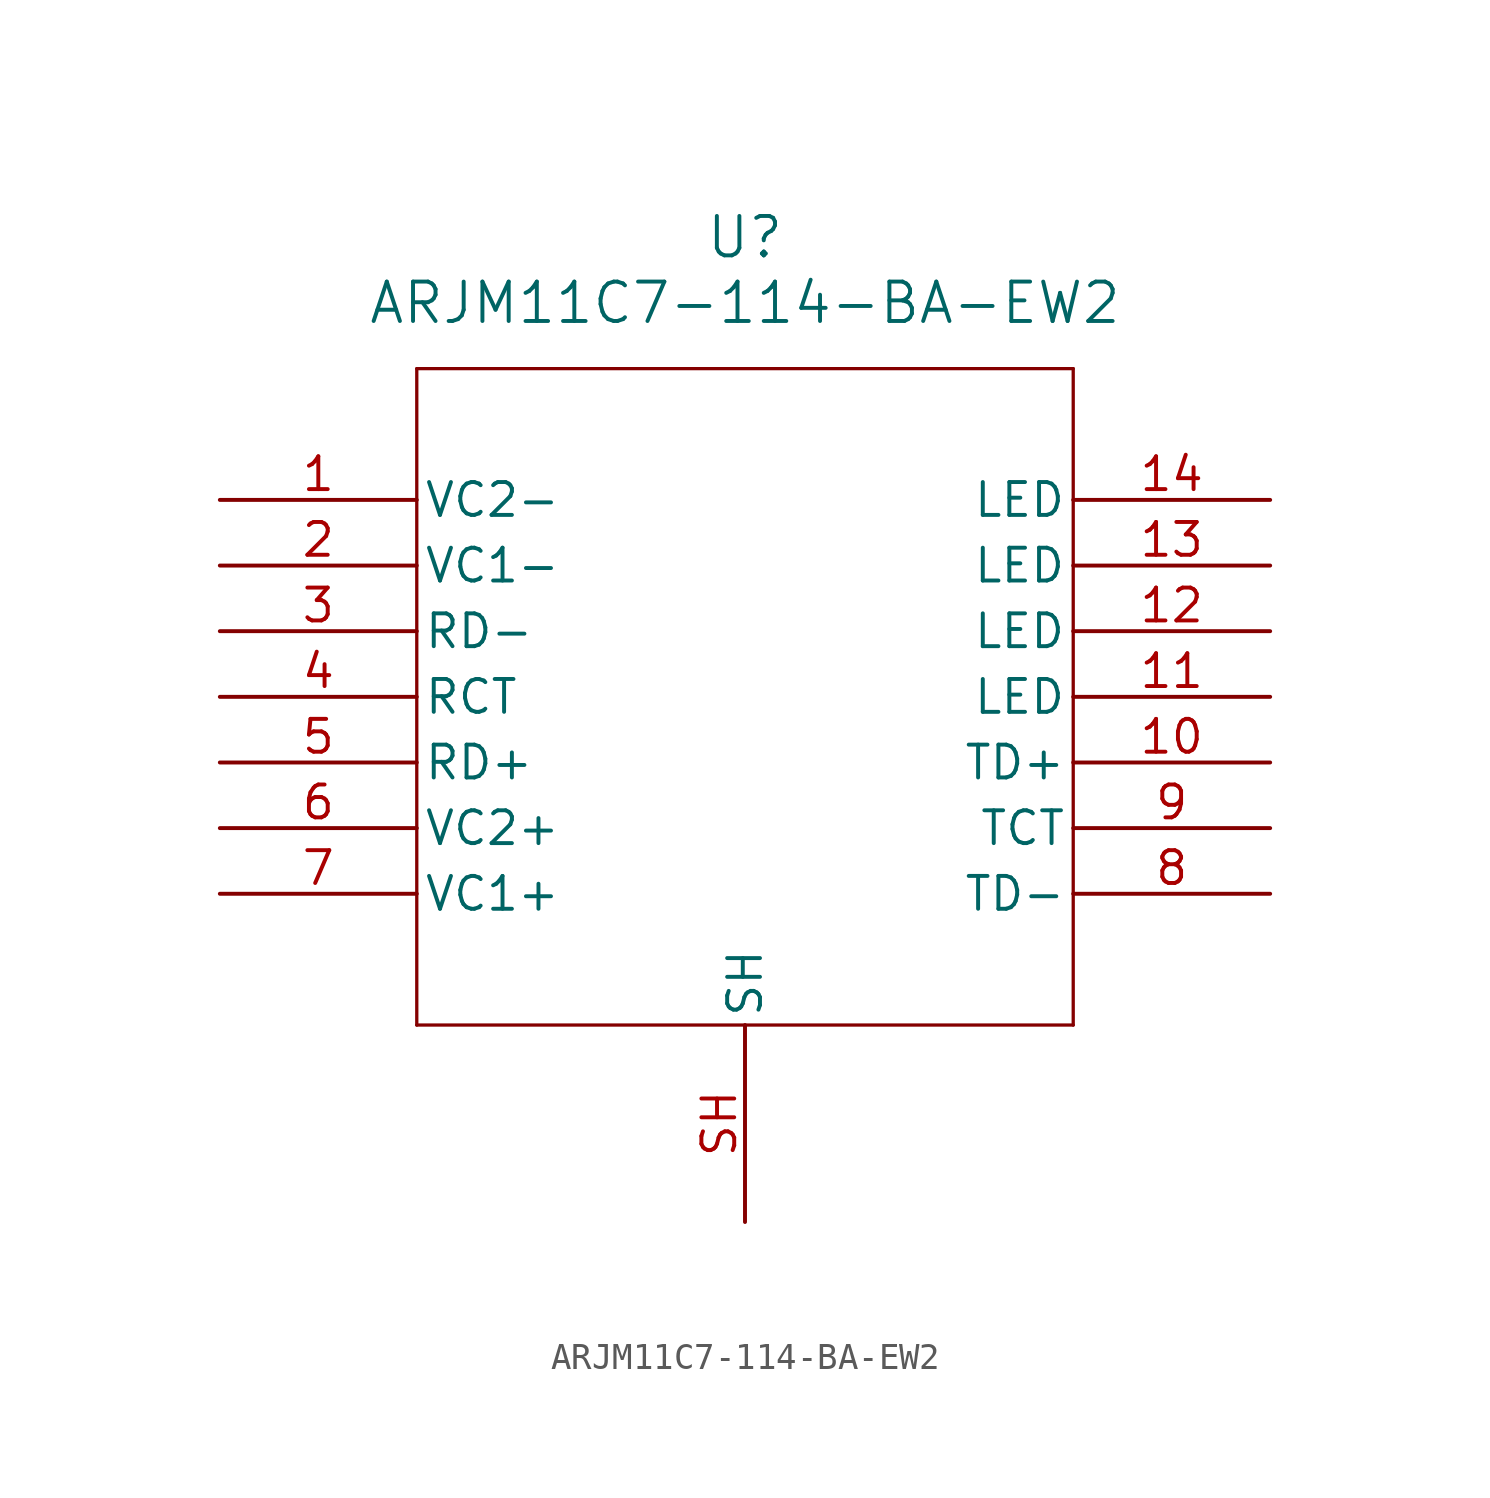
<source format=kicad_sym>
(kicad_symbol_lib
  (version 20231120)
  (generator "kicad_symbol_editor")
  (generator_version "8.0")
  (symbol "ARJM11C7-114-BA-EW2"
    (pin_names
      (offset 0.254))
    (property "Reference" "U"
      (at 20.32 10.16 0)
      (effects (font (size 1.524 1.524))))
    (property "Value" "ARJM11C7-114-BA-EW2"
      (at 20.32 7.62 0)
      (effects (font (size 1.524 1.524))))
    (property "ki_locked" ""
      (at 0 0 0)
      (effects (font (size 1.27 1.27))))
    (symbol "ARJM11C7-114-BA-EW2_0_1"
      (polyline (pts (xy 7.62 -20.32) (xy 33.02 -20.32)) (stroke (width 0.127) (type default)) (fill (type none)))
      (polyline (pts (xy 7.62 5.08) (xy 7.62 -20.32)) (stroke (width 0.127) (type default)) (fill (type none)))
      (polyline (pts (xy 33.02 -20.32) (xy 33.02 5.08)) (stroke (width 0.127) (type default)) (fill (type none)))
      (polyline (pts (xy 33.02 5.08) (xy 7.62 5.08)) (stroke (width 0.127) (type default)) (fill (type none)))
      (pin power_in line (at 0 0 0) (length 7.62) (name "VC2-" (effects (font (size 1.27 1.27)))) (number "1" (effects (font (size 1.27 1.27)))))
      (pin unspecified line (at 40.64 -10.16 180) (length 7.62) (name "TD+" (effects (font (size 1.27 1.27)))) (number "10" (effects (font (size 1.27 1.27)))))
      (pin unspecified line (at 40.64 -7.62 180) (length 7.62) (name "LED" (effects (font (size 1.27 1.27)))) (number "11" (effects (font (size 1.27 1.27)))))
      (pin unspecified line (at 40.64 -5.08 180) (length 7.62) (name "LED" (effects (font (size 1.27 1.27)))) (number "12" (effects (font (size 1.27 1.27)))))
      (pin unspecified line (at 40.64 -2.54 180) (length 7.62) (name "LED" (effects (font (size 1.27 1.27)))) (number "13" (effects (font (size 1.27 1.27)))))
      (pin unspecified line (at 40.64 0 180) (length 7.62) (name "LED" (effects (font (size 1.27 1.27)))) (number "14" (effects (font (size 1.27 1.27)))))
      (pin power_in line (at 0 -2.54 0) (length 7.62) (name "VC1-" (effects (font (size 1.27 1.27)))) (number "2" (effects (font (size 1.27 1.27)))))
      (pin unspecified line (at 0 -5.08 0) (length 7.62) (name "RD-" (effects (font (size 1.27 1.27)))) (number "3" (effects (font (size 1.27 1.27)))))
      (pin unspecified line (at 0 -7.62 0) (length 7.62) (name "RCT" (effects (font (size 1.27 1.27)))) (number "4" (effects (font (size 1.27 1.27)))))
      (pin unspecified line (at 0 -10.16 0) (length 7.62) (name "RD+" (effects (font (size 1.27 1.27)))) (number "5" (effects (font (size 1.27 1.27)))))
      (pin power_in line (at 0 -12.7 0) (length 7.62) (name "VC2+" (effects (font (size 1.27 1.27)))) (number "6" (effects (font (size 1.27 1.27)))))
      (pin power_in line (at 0 -15.24 0) (length 7.62) (name "VC1+" (effects (font (size 1.27 1.27)))) (number "7" (effects (font (size 1.27 1.27)))))
      (pin unspecified line (at 40.64 -15.24 180) (length 7.62) (name "TD-" (effects (font (size 1.27 1.27)))) (number "8" (effects (font (size 1.27 1.27)))))
      (pin unspecified line (at 40.64 -12.7 180) (length 7.62) (name "TCT" (effects (font (size 1.27 1.27)))) (number "9" (effects (font (size 1.27 1.27))))))
    (symbol "ARJM11C7-114-BA-EW2_1_1"
      (pin input line (at 20.32 -27.94 90) (length 7.62) (name "SH" (effects (font (size 1.27 1.27)))) (number "SH" (effects (font (size 1.27 1.27))))))))
</source>
